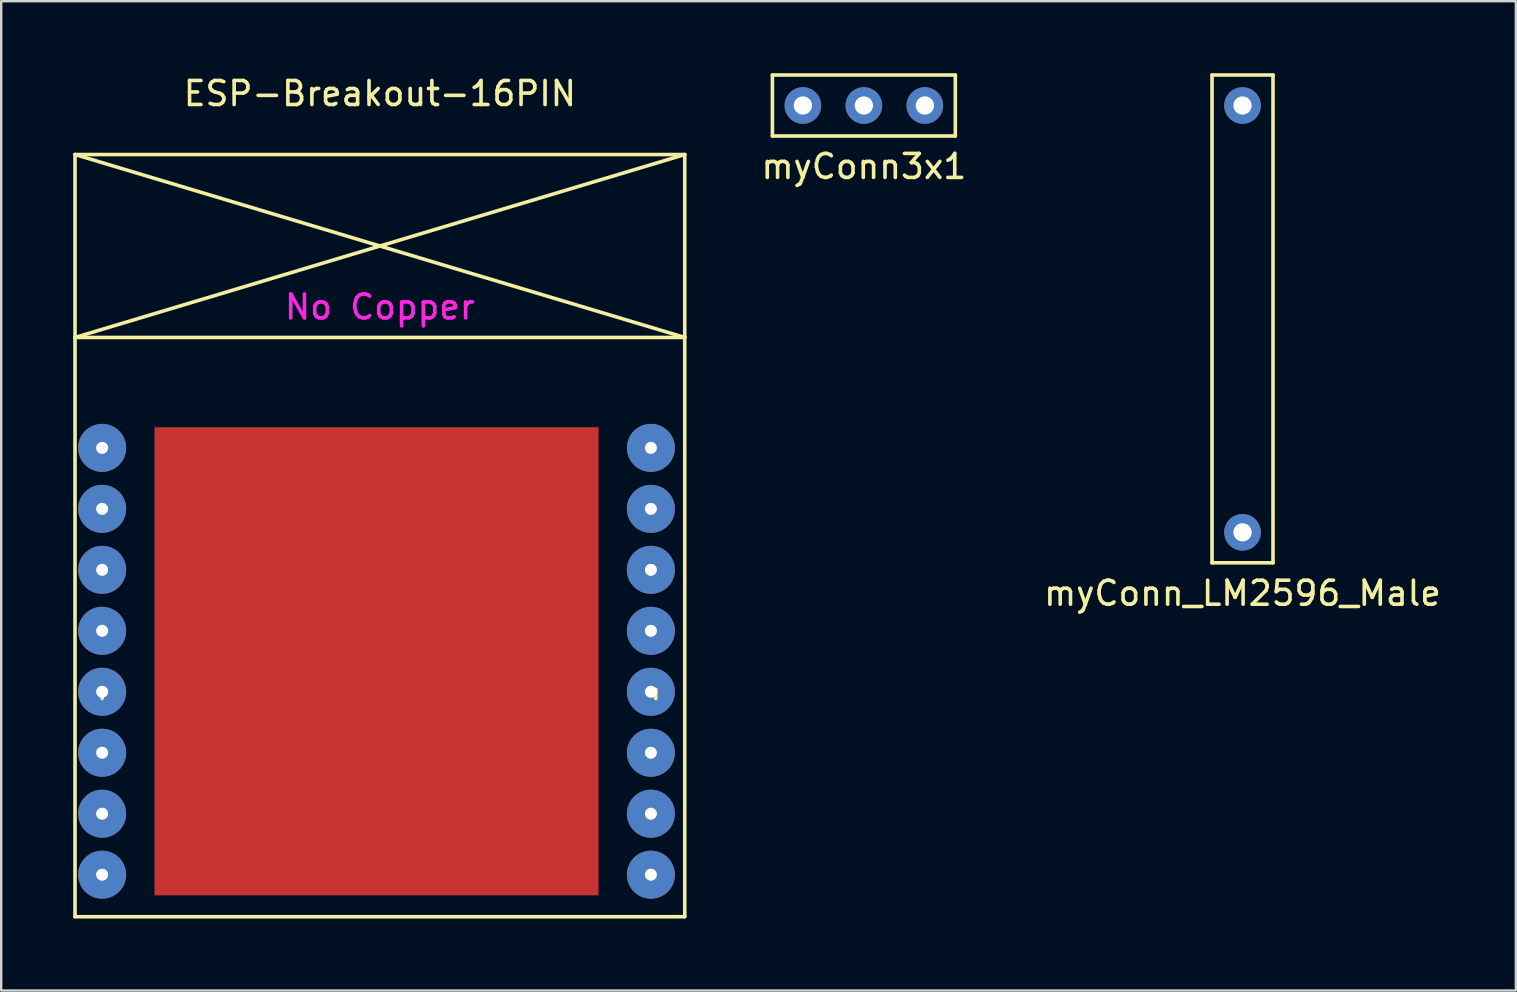
<source format=kicad_pcb>
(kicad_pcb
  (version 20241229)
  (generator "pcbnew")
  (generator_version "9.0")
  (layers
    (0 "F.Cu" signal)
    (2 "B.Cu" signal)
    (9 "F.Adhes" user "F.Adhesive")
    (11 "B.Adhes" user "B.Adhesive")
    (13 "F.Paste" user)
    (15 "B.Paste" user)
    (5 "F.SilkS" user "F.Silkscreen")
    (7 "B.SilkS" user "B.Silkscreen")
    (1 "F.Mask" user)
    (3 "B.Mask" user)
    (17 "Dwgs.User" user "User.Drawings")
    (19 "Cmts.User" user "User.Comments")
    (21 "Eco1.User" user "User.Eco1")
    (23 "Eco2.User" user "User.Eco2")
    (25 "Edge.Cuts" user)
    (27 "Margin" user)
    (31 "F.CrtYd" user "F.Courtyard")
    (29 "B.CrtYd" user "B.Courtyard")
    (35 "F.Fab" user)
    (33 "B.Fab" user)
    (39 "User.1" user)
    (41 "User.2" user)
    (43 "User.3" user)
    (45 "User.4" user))
  (footprint "myConn3x1"
    (layer "F.Cu")
    (at 32.937 1.345)
    (property "Reference" "myConn3x1" (at 0 2.54 0) (layer "F.SilkS") (effects (font (size 1 1) (thickness 0.15))))
    (attr through_hole)
    (fp_line (start -3.81 -1.27) (end 3.81 -1.27) (stroke (width 0.15) (type solid)) (layer "F.SilkS"))
    (fp_line (start -3.81 1.27) (end -3.81 -1.27) (stroke (width 0.15) (type solid)) (layer "F.SilkS"))
    (fp_line (start 3.81 -1.27) (end 3.81 1.27) (stroke (width 0.15) (type solid)) (layer "F.SilkS"))
    (fp_line (start 3.81 1.27) (end -3.81 1.27) (stroke (width 0.15) (type solid)) (layer "F.SilkS"))
    (pad "1" thru_hole circle (at -2.54 0) (size 1.524 1.524) (drill 0.762) (layers "*.Cu" "*.Mask"))
    (pad "2" thru_hole circle (at 0 0) (size 1.524 1.524) (drill 0.762) (layers "*.Cu" "*.Mask"))
    (pad "3" thru_hole circle (at 2.54 0) (size 1.524 1.524) (drill 0.762) (layers "*.Cu" "*.Mask")))
  (footprint "myConn_LM2596_Male"
    (layer "F.Cu")
    (at 48.711 11.505)
    (property "Reference" "myConn_LM2596_Male" (at 0 10.16 0) (layer "F.SilkS") (effects (font (size 1 1) (thickness 0.15))))
    (attr through_hole)
    (fp_line (start -1.27 -11.43) (end -1.27 8.89) (stroke (width 0.15) (type solid)) (layer "F.SilkS"))
    (fp_line (start -1.27 8.89) (end 1.27 8.89) (stroke (width 0.15) (type solid)) (layer "F.SilkS"))
    (fp_line (start 1.27 -11.43) (end -1.27 -11.43) (stroke (width 0.15) (type solid)) (layer "F.SilkS"))
    (fp_line (start 1.27 8.89) (end 1.27 -11.43) (stroke (width 0.15) (type solid)) (layer "F.SilkS"))
    (pad "1" thru_hole circle (at 0 -10.16) (size 1.524 1.524) (drill 0.762) (layers "*.Cu" "*.Mask"))
    (pad "2" thru_hole circle (at 0 7.62) (size 1.524 1.524) (drill 0.762) (layers "*.Cu" "*.Mask")))
  (footprint "ESP-Breakout-16PIN"
    (layer "F.Cu")
    (at 12.775 23.708)
    (property "Reference" "ESP-Breakout-16PIN" (at 0 -22.86 0) (layer "F.SilkS") (effects (font (size 1 1) (thickness 0.15))))
    (attr through_hole)
    (fp_line (start -12.7 -20.32) (end 12.7 -12.7) (stroke (width 0.15) (type solid)) (layer "F.SilkS"))
    (fp_line (start -12.7 -12.7) (end -12.7 -20.32) (stroke (width 0.15) (type solid)) (layer "F.SilkS"))
    (fp_line (start -12.7 -12.7) (end 12.7 -20.32) (stroke (width 0.15) (type solid)) (layer "F.SilkS"))
    (fp_line (start -12.7 -12.7) (end 12.7 -12.7) (stroke (width 0.15) (type solid)) (layer "F.SilkS"))
    (fp_line (start -12.7 11.43) (end -12.7 -12.7) (stroke (width 0.15) (type solid)) (layer "F.SilkS"))
    (fp_line (start -11.57 1.96) (end -11.57 2.339) (stroke (width 0.152) (type solid)) (layer "F.SilkS"))
    (fp_line (start 11.493 1.96) (end 11.493 2.339) (stroke (width 0.152) (type solid)) (layer "F.SilkS"))
    (fp_line (start 12.7 -20.32) (end -12.7 -20.32) (stroke (width 0.15) (type solid)) (layer "F.SilkS"))
    (fp_line (start 12.7 -12.7) (end 12.7 -20.32) (stroke (width 0.15) (type solid)) (layer "F.SilkS"))
    (fp_line (start 12.7 -12.7) (end 12.7 11.43) (stroke (width 0.15) (type solid)) (layer "F.SilkS"))
    (fp_line (start 12.7 11.43) (end -12.7 11.43) (stroke (width 0.15) (type solid)) (layer "F.SilkS"))
    (fp_text user "No Copper" (at 0 -13.97 0) (layer "F.CrtYd") (effects (font (size 1 1) (thickness 0.15))))
    (pad "1" thru_hole circle (at -11.57 -8.1) (size 2 2) (drill 0.5) (layers "*.Cu" "*.Mask"))
    (pad "2" thru_hole circle (at -11.57 -5.56) (size 2 2) (drill 0.5) (layers "*.Cu" "*.Mask"))
    (pad "3" thru_hole circle (at -11.57 -3.02) (size 2 2) (drill 0.5) (layers "*.Cu" "*.Mask"))
    (pad "4" thru_hole circle (at -11.57 -0.48) (size 2 2) (drill 0.5) (layers "*.Cu" "*.Mask"))
    (pad "5" thru_hole circle (at -11.57 2.06) (size 2 2) (drill 0.5) (layers "*.Cu" "*.Mask"))
    (pad "6" thru_hole circle (at -11.57 4.6) (size 2 2) (drill 0.5) (layers "*.Cu" "*.Mask"))
    (pad "7" thru_hole circle (at -11.57 7.14) (size 2 2) (drill 0.5) (layers "*.Cu" "*.Mask"))
    (pad "8" thru_hole circle (at -11.57 9.68) (size 2 2) (drill 0.5) (layers "*.Cu" "*.Mask"))
    (pad "9" thru_hole circle (at 11.29 9.68) (size 2 2) (drill 0.5) (layers "*.Cu" "*.Mask"))
    (pad "10" thru_hole circle (at 11.29 7.14) (size 2 2) (drill 0.5) (layers "*.Cu" "*.Mask"))
    (pad "11" thru_hole circle (at 11.29 4.6) (size 2 2) (drill 0.5) (layers "*.Cu" "*.Mask"))
    (pad "12" thru_hole circle (at 11.29 2.06) (size 2 2) (drill 0.5) (layers "*.Cu" "*.Mask"))
    (pad "13" thru_hole circle (at 11.29 -0.48) (size 2 2) (drill 0.5) (layers "*.Cu" "*.Mask"))
    (pad "14" thru_hole circle (at 11.29 -3.02) (size 2 2) (drill 0.5) (layers "*.Cu" "*.Mask"))
    (pad "15" thru_hole circle (at 11.29 -5.56) (size 2 2) (drill 0.5) (layers "*.Cu" "*.Mask"))
    (pad "16" thru_hole circle (at 11.29 -8.1) (size 2 2) (drill 0.5) (layers "*.Cu" "*.Mask"))
    (pad "PAD" smd rect (at -0.14 0.79) (size 18.5 19.5) (layers "F.Cu" "F.Mask" "F.Paste")))
  (gr_rect
    (start -3 -3)
    (end 60.098 38.213)
    (stroke (width 0.1) (type default))
    (fill no)
    (layer "Edge.Cuts")))
</source>
